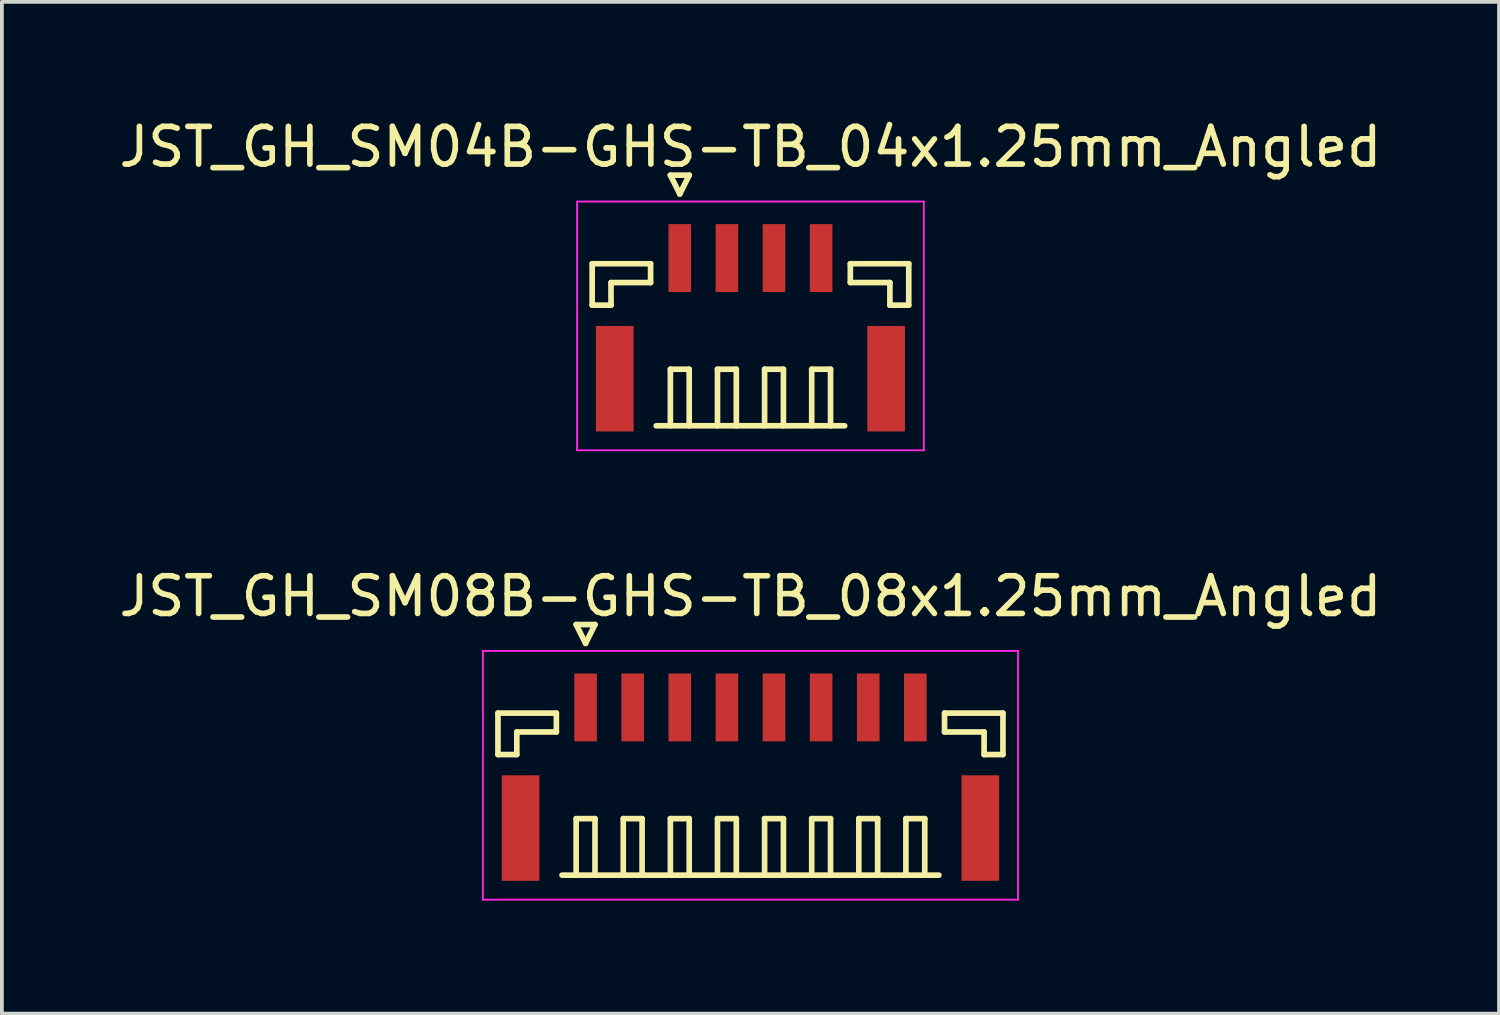
<source format=kicad_pcb>
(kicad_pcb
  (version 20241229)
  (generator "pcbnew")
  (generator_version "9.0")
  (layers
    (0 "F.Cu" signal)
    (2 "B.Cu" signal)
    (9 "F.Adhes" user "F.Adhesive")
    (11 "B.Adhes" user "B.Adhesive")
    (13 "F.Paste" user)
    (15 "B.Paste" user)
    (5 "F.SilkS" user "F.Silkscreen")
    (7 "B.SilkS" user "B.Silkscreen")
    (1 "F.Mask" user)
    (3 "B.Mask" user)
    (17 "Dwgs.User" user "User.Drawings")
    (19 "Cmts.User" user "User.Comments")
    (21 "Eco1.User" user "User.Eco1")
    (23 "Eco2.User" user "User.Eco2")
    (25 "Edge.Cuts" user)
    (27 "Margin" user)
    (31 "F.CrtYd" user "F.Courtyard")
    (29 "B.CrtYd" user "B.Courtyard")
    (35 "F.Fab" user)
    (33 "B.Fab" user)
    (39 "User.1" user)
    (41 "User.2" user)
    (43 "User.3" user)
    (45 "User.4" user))
  (footprint "JST_GH_SM08B-GHS-TB_08x1.25mm_Angled"
    (layer "F.Cu")
    (at 16.863 17.322)
    (property "Reference" "JST_GH_SM08B-GHS-TB_08x1.25mm_Angled" (at 0 -4.55 0) (layer "F.SilkS") (effects (font (size 1 1) (thickness 0.15))))
    (attr smd)
    (fp_line (start -6.7 -1.45) (end -5.15 -1.45) (stroke (width 0.15) (type solid)) (layer "F.SilkS"))
    (fp_line (start -6.7 -0.35) (end -6.7 -1.45) (stroke (width 0.15) (type solid)) (layer "F.SilkS"))
    (fp_line (start -6.2 -0.95) (end -6.2 -0.35) (stroke (width 0.15) (type solid)) (layer "F.SilkS"))
    (fp_line (start -6.2 -0.35) (end -6.7 -0.35) (stroke (width 0.15) (type solid)) (layer "F.SilkS"))
    (fp_line (start -5.15 -1.45) (end -5.15 -0.95) (stroke (width 0.15) (type solid)) (layer "F.SilkS"))
    (fp_line (start -5.15 -0.95) (end -6.2 -0.95) (stroke (width 0.15) (type solid)) (layer "F.SilkS"))
    (fp_line (start -5 2.85) (end 5 2.85) (stroke (width 0.15) (type solid)) (layer "F.SilkS"))
    (fp_line (start -4.625 -3.8) (end -4.125 -3.8) (stroke (width 0.15) (type solid)) (layer "F.SilkS"))
    (fp_line (start -4.625 1.35) (end -4.125 1.35) (stroke (width 0.15) (type solid)) (layer "F.SilkS"))
    (fp_line (start -4.625 2.85) (end -4.625 1.35) (stroke (width 0.15) (type solid)) (layer "F.SilkS"))
    (fp_line (start -4.375 -3.3) (end -4.625 -3.8) (stroke (width 0.15) (type solid)) (layer "F.SilkS"))
    (fp_line (start -4.125 -3.8) (end -4.375 -3.3) (stroke (width 0.15) (type solid)) (layer "F.SilkS"))
    (fp_line (start -4.125 1.35) (end -4.125 2.85) (stroke (width 0.15) (type solid)) (layer "F.SilkS"))
    (fp_line (start -3.375 1.35) (end -2.875 1.35) (stroke (width 0.15) (type solid)) (layer "F.SilkS"))
    (fp_line (start -3.375 2.85) (end -3.375 1.35) (stroke (width 0.15) (type solid)) (layer "F.SilkS"))
    (fp_line (start -2.875 1.35) (end -2.875 2.85) (stroke (width 0.15) (type solid)) (layer "F.SilkS"))
    (fp_line (start -2.125 1.35) (end -1.625 1.35) (stroke (width 0.15) (type solid)) (layer "F.SilkS"))
    (fp_line (start -2.125 2.85) (end -2.125 1.35) (stroke (width 0.15) (type solid)) (layer "F.SilkS"))
    (fp_line (start -1.625 1.35) (end -1.625 2.85) (stroke (width 0.15) (type solid)) (layer "F.SilkS"))
    (fp_line (start -0.875 1.35) (end -0.375 1.35) (stroke (width 0.15) (type solid)) (layer "F.SilkS"))
    (fp_line (start -0.875 2.85) (end -0.875 1.35) (stroke (width 0.15) (type solid)) (layer "F.SilkS"))
    (fp_line (start -0.375 1.35) (end -0.375 2.85) (stroke (width 0.15) (type solid)) (layer "F.SilkS"))
    (fp_line (start 0.375 1.35) (end 0.875 1.35) (stroke (width 0.15) (type solid)) (layer "F.SilkS"))
    (fp_line (start 0.375 2.85) (end 0.375 1.35) (stroke (width 0.15) (type solid)) (layer "F.SilkS"))
    (fp_line (start 0.875 1.35) (end 0.875 2.85) (stroke (width 0.15) (type solid)) (layer "F.SilkS"))
    (fp_line (start 1.625 1.35) (end 2.125 1.35) (stroke (width 0.15) (type solid)) (layer "F.SilkS"))
    (fp_line (start 1.625 2.85) (end 1.625 1.35) (stroke (width 0.15) (type solid)) (layer "F.SilkS"))
    (fp_line (start 2.125 1.35) (end 2.125 2.85) (stroke (width 0.15) (type solid)) (layer "F.SilkS"))
    (fp_line (start 2.875 1.35) (end 3.375 1.35) (stroke (width 0.15) (type solid)) (layer "F.SilkS"))
    (fp_line (start 2.875 2.85) (end 2.875 1.35) (stroke (width 0.15) (type solid)) (layer "F.SilkS"))
    (fp_line (start 3.375 1.35) (end 3.375 2.85) (stroke (width 0.15) (type solid)) (layer "F.SilkS"))
    (fp_line (start 4.125 1.35) (end 4.625 1.35) (stroke (width 0.15) (type solid)) (layer "F.SilkS"))
    (fp_line (start 4.125 2.85) (end 4.125 1.35) (stroke (width 0.15) (type solid)) (layer "F.SilkS"))
    (fp_line (start 4.625 1.35) (end 4.625 2.85) (stroke (width 0.15) (type solid)) (layer "F.SilkS"))
    (fp_line (start 5.15 -1.45) (end 5.15 -0.95) (stroke (width 0.15) (type solid)) (layer "F.SilkS"))
    (fp_line (start 5.15 -0.95) (end 6.2 -0.95) (stroke (width 0.15) (type solid)) (layer "F.SilkS"))
    (fp_line (start 6.2 -0.95) (end 6.2 -0.35) (stroke (width 0.15) (type solid)) (layer "F.SilkS"))
    (fp_line (start 6.2 -0.35) (end 6.7 -0.35) (stroke (width 0.15) (type solid)) (layer "F.SilkS"))
    (fp_line (start 6.7 -1.45) (end 5.15 -1.45) (stroke (width 0.15) (type solid)) (layer "F.SilkS"))
    (fp_line (start 6.7 -0.35) (end 6.7 -1.45) (stroke (width 0.15) (type solid)) (layer "F.SilkS"))
    (fp_line (start -7.1 -3.1) (end -7.1 3.5) (stroke (width 0.05) (type solid)) (layer "F.CrtYd"))
    (fp_line (start -7.1 3.5) (end 7.1 3.5) (stroke (width 0.05) (type solid)) (layer "F.CrtYd"))
    (fp_line (start 7.1 -3.1) (end -7.1 -3.1) (stroke (width 0.05) (type solid)) (layer "F.CrtYd"))
    (fp_line (start 7.1 3.5) (end 7.1 -3.1) (stroke (width 0.05) (type solid)) (layer "F.CrtYd"))
    (pad "" smd rect (at -6.1 1.6) (size 1 2.8) (layers "F.Cu" "F.Mask" "F.Paste"))
    (pad "" smd rect (at 6.1 1.6) (size 1 2.8) (layers "F.Cu" "F.Mask" "F.Paste"))
    (pad "1" smd rect (at -4.375 -1.6) (size 0.6 1.8) (layers "F.Cu" "F.Mask" "F.Paste"))
    (pad "2" smd rect (at -3.125 -1.6) (size 0.6 1.8) (layers "F.Cu" "F.Mask" "F.Paste"))
    (pad "3" smd rect (at -1.875 -1.6) (size 0.6 1.8) (layers "F.Cu" "F.Mask" "F.Paste"))
    (pad "4" smd rect (at -0.625 -1.6) (size 0.6 1.8) (layers "F.Cu" "F.Mask" "F.Paste"))
    (pad "5" smd rect (at 0.625 -1.6) (size 0.6 1.8) (layers "F.Cu" "F.Mask" "F.Paste"))
    (pad "6" smd rect (at 1.875 -1.6) (size 0.6 1.8) (layers "F.Cu" "F.Mask" "F.Paste"))
    (pad "7" smd rect (at 3.125 -1.6) (size 0.6 1.8) (layers "F.Cu" "F.Mask" "F.Paste"))
    (pad "8" smd rect (at 4.375 -1.6) (size 0.6 1.8) (layers "F.Cu" "F.Mask" "F.Paste")))
  (footprint "JST_GH_SM04B-GHS-TB_04x1.25mm_Angled"
    (layer "F.Cu")
    (at 16.863 5.398)
    (property "Reference" "JST_GH_SM04B-GHS-TB_04x1.25mm_Angled" (at 0 -4.55 0) (layer "F.SilkS") (effects (font (size 1 1) (thickness 0.15))))
    (attr smd)
    (fp_line (start -4.2 -1.45) (end -2.65 -1.45) (stroke (width 0.15) (type solid)) (layer "F.SilkS"))
    (fp_line (start -4.2 -0.35) (end -4.2 -1.45) (stroke (width 0.15) (type solid)) (layer "F.SilkS"))
    (fp_line (start -3.7 -0.95) (end -3.7 -0.35) (stroke (width 0.15) (type solid)) (layer "F.SilkS"))
    (fp_line (start -3.7 -0.35) (end -4.2 -0.35) (stroke (width 0.15) (type solid)) (layer "F.SilkS"))
    (fp_line (start -2.65 -1.45) (end -2.65 -0.95) (stroke (width 0.15) (type solid)) (layer "F.SilkS"))
    (fp_line (start -2.65 -0.95) (end -3.7 -0.95) (stroke (width 0.15) (type solid)) (layer "F.SilkS"))
    (fp_line (start -2.5 2.85) (end 2.5 2.85) (stroke (width 0.15) (type solid)) (layer "F.SilkS"))
    (fp_line (start -2.125 -3.8) (end -1.625 -3.8) (stroke (width 0.15) (type solid)) (layer "F.SilkS"))
    (fp_line (start -2.125 1.35) (end -1.625 1.35) (stroke (width 0.15) (type solid)) (layer "F.SilkS"))
    (fp_line (start -2.125 2.85) (end -2.125 1.35) (stroke (width 0.15) (type solid)) (layer "F.SilkS"))
    (fp_line (start -1.875 -3.3) (end -2.125 -3.8) (stroke (width 0.15) (type solid)) (layer "F.SilkS"))
    (fp_line (start -1.625 -3.8) (end -1.875 -3.3) (stroke (width 0.15) (type solid)) (layer "F.SilkS"))
    (fp_line (start -1.625 1.35) (end -1.625 2.85) (stroke (width 0.15) (type solid)) (layer "F.SilkS"))
    (fp_line (start -0.875 1.35) (end -0.375 1.35) (stroke (width 0.15) (type solid)) (layer "F.SilkS"))
    (fp_line (start -0.875 2.85) (end -0.875 1.35) (stroke (width 0.15) (type solid)) (layer "F.SilkS"))
    (fp_line (start -0.375 1.35) (end -0.375 2.85) (stroke (width 0.15) (type solid)) (layer "F.SilkS"))
    (fp_line (start 0.375 1.35) (end 0.875 1.35) (stroke (width 0.15) (type solid)) (layer "F.SilkS"))
    (fp_line (start 0.375 2.85) (end 0.375 1.35) (stroke (width 0.15) (type solid)) (layer "F.SilkS"))
    (fp_line (start 0.875 1.35) (end 0.875 2.85) (stroke (width 0.15) (type solid)) (layer "F.SilkS"))
    (fp_line (start 1.625 1.35) (end 2.125 1.35) (stroke (width 0.15) (type solid)) (layer "F.SilkS"))
    (fp_line (start 1.625 2.85) (end 1.625 1.35) (stroke (width 0.15) (type solid)) (layer "F.SilkS"))
    (fp_line (start 2.125 1.35) (end 2.125 2.85) (stroke (width 0.15) (type solid)) (layer "F.SilkS"))
    (fp_line (start 2.65 -1.45) (end 2.65 -0.95) (stroke (width 0.15) (type solid)) (layer "F.SilkS"))
    (fp_line (start 2.65 -0.95) (end 3.7 -0.95) (stroke (width 0.15) (type solid)) (layer "F.SilkS"))
    (fp_line (start 3.7 -0.95) (end 3.7 -0.35) (stroke (width 0.15) (type solid)) (layer "F.SilkS"))
    (fp_line (start 3.7 -0.35) (end 4.2 -0.35) (stroke (width 0.15) (type solid)) (layer "F.SilkS"))
    (fp_line (start 4.2 -1.45) (end 2.65 -1.45) (stroke (width 0.15) (type solid)) (layer "F.SilkS"))
    (fp_line (start 4.2 -0.35) (end 4.2 -1.45) (stroke (width 0.15) (type solid)) (layer "F.SilkS"))
    (fp_line (start -4.6 -3.1) (end -4.6 3.5) (stroke (width 0.05) (type solid)) (layer "F.CrtYd"))
    (fp_line (start -4.6 3.5) (end 4.6 3.5) (stroke (width 0.05) (type solid)) (layer "F.CrtYd"))
    (fp_line (start 4.6 -3.1) (end -4.6 -3.1) (stroke (width 0.05) (type solid)) (layer "F.CrtYd"))
    (fp_line (start 4.6 3.5) (end 4.6 -3.1) (stroke (width 0.05) (type solid)) (layer "F.CrtYd"))
    (pad "" smd rect (at -3.6 1.6) (size 1 2.8) (layers "F.Cu" "F.Mask" "F.Paste"))
    (pad "" smd rect (at 3.6 1.6) (size 1 2.8) (layers "F.Cu" "F.Mask" "F.Paste"))
    (pad "1" smd rect (at -1.875 -1.6) (size 0.6 1.8) (layers "F.Cu" "F.Mask" "F.Paste"))
    (pad "2" smd rect (at -0.625 -1.6) (size 0.6 1.8) (layers "F.Cu" "F.Mask" "F.Paste"))
    (pad "3" smd rect (at 0.625 -1.6) (size 0.6 1.8) (layers "F.Cu" "F.Mask" "F.Paste"))
    (pad "4" smd rect (at 1.875 -1.6) (size 0.6 1.8) (layers "F.Cu" "F.Mask" "F.Paste")))
  (gr_rect
    (start -3 -3)
    (end 36.726 23.846)
    (stroke (width 0.1) (type default))
    (fill no)
    (layer "Edge.Cuts")))
</source>
